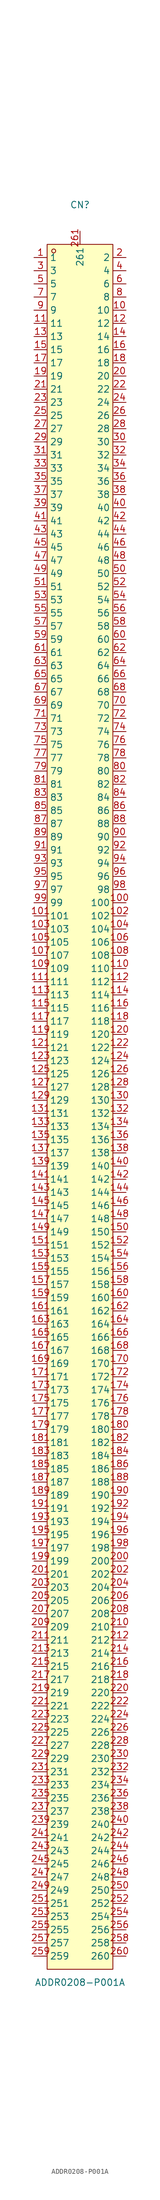
<source format=kicad_sym>
(kicad_symbol_lib
  (version 20231120)
  (generator "kicad_symbol_editor")
  (generator_version "8.0")
  (symbol "ADDR0208-P001A"
    (property "Reference" "CN"
      (at 0 173.99 0)
      (effects (font (size 1.27 1.27))))
    (property "Value" "ADDR0208-P001A"
      (at 0 -168.91 0)
      (effects (font (size 1.27 1.27))))
    (symbol "ADDR0208-P001A_0_1"
      (rectangle (start -6.35 166.37) (end 6.35 -166.37) (stroke (width 0) (type default)) (fill (type background)))
      (circle (center -5.08 165.1) (radius 0.38) (stroke (width 0) (type default)) (fill (type none)))
      (pin unspecified line (at -8.89 163.83 0) (length 2.54) (name "1" (effects (font (size 1.27 1.27)))) (number "1" (effects (font (size 1.27 1.27)))))
      (pin unspecified line (at 8.89 153.67 180) (length 2.54) (name "10" (effects (font (size 1.27 1.27)))) (number "10" (effects (font (size 1.27 1.27)))))
      (pin unspecified line (at 8.89 39.37 180) (length 2.54) (name "100" (effects (font (size 1.27 1.27)))) (number "100" (effects (font (size 1.27 1.27)))))
      (pin unspecified line (at -8.89 36.83 0) (length 2.54) (name "101" (effects (font (size 1.27 1.27)))) (number "101" (effects (font (size 1.27 1.27)))))
      (pin unspecified line (at 8.89 36.83 180) (length 2.54) (name "102" (effects (font (size 1.27 1.27)))) (number "102" (effects (font (size 1.27 1.27)))))
      (pin unspecified line (at -8.89 34.29 0) (length 2.54) (name "103" (effects (font (size 1.27 1.27)))) (number "103" (effects (font (size 1.27 1.27)))))
      (pin unspecified line (at 8.89 34.29 180) (length 2.54) (name "104" (effects (font (size 1.27 1.27)))) (number "104" (effects (font (size 1.27 1.27)))))
      (pin unspecified line (at -8.89 31.75 0) (length 2.54) (name "105" (effects (font (size 1.27 1.27)))) (number "105" (effects (font (size 1.27 1.27)))))
      (pin unspecified line (at 8.89 31.75 180) (length 2.54) (name "106" (effects (font (size 1.27 1.27)))) (number "106" (effects (font (size 1.27 1.27)))))
      (pin unspecified line (at -8.89 29.21 0) (length 2.54) (name "107" (effects (font (size 1.27 1.27)))) (number "107" (effects (font (size 1.27 1.27)))))
      (pin unspecified line (at 8.89 29.21 180) (length 2.54) (name "108" (effects (font (size 1.27 1.27)))) (number "108" (effects (font (size 1.27 1.27)))))
      (pin unspecified line (at -8.89 26.67 0) (length 2.54) (name "109" (effects (font (size 1.27 1.27)))) (number "109" (effects (font (size 1.27 1.27)))))
      (pin unspecified line (at -8.89 151.13 0) (length 2.54) (name "11" (effects (font (size 1.27 1.27)))) (number "11" (effects (font (size 1.27 1.27)))))
      (pin unspecified line (at 8.89 26.67 180) (length 2.54) (name "110" (effects (font (size 1.27 1.27)))) (number "110" (effects (font (size 1.27 1.27)))))
      (pin unspecified line (at -8.89 24.13 0) (length 2.54) (name "111" (effects (font (size 1.27 1.27)))) (number "111" (effects (font (size 1.27 1.27)))))
      (pin unspecified line (at 8.89 24.13 180) (length 2.54) (name "112" (effects (font (size 1.27 1.27)))) (number "112" (effects (font (size 1.27 1.27)))))
      (pin unspecified line (at -8.89 21.59 0) (length 2.54) (name "113" (effects (font (size 1.27 1.27)))) (number "113" (effects (font (size 1.27 1.27)))))
      (pin unspecified line (at 8.89 21.59 180) (length 2.54) (name "114" (effects (font (size 1.27 1.27)))) (number "114" (effects (font (size 1.27 1.27)))))
      (pin unspecified line (at -8.89 19.05 0) (length 2.54) (name "115" (effects (font (size 1.27 1.27)))) (number "115" (effects (font (size 1.27 1.27)))))
      (pin unspecified line (at 8.89 19.05 180) (length 2.54) (name "116" (effects (font (size 1.27 1.27)))) (number "116" (effects (font (size 1.27 1.27)))))
      (pin unspecified line (at -8.89 16.51 0) (length 2.54) (name "117" (effects (font (size 1.27 1.27)))) (number "117" (effects (font (size 1.27 1.27)))))
      (pin unspecified line (at 8.89 16.51 180) (length 2.54) (name "118" (effects (font (size 1.27 1.27)))) (number "118" (effects (font (size 1.27 1.27)))))
      (pin unspecified line (at -8.89 13.97 0) (length 2.54) (name "119" (effects (font (size 1.27 1.27)))) (number "119" (effects (font (size 1.27 1.27)))))
      (pin unspecified line (at 8.89 151.13 180) (length 2.54) (name "12" (effects (font (size 1.27 1.27)))) (number "12" (effects (font (size 1.27 1.27)))))
      (pin unspecified line (at 8.89 13.97 180) (length 2.54) (name "120" (effects (font (size 1.27 1.27)))) (number "120" (effects (font (size 1.27 1.27)))))
      (pin unspecified line (at -8.89 11.43 0) (length 2.54) (name "121" (effects (font (size 1.27 1.27)))) (number "121" (effects (font (size 1.27 1.27)))))
      (pin unspecified line (at 8.89 11.43 180) (length 2.54) (name "122" (effects (font (size 1.27 1.27)))) (number "122" (effects (font (size 1.27 1.27)))))
      (pin unspecified line (at -8.89 8.89 0) (length 2.54) (name "123" (effects (font (size 1.27 1.27)))) (number "123" (effects (font (size 1.27 1.27)))))
      (pin unspecified line (at 8.89 8.89 180) (length 2.54) (name "124" (effects (font (size 1.27 1.27)))) (number "124" (effects (font (size 1.27 1.27)))))
      (pin unspecified line (at -8.89 6.35 0) (length 2.54) (name "125" (effects (font (size 1.27 1.27)))) (number "125" (effects (font (size 1.27 1.27)))))
      (pin unspecified line (at 8.89 6.35 180) (length 2.54) (name "126" (effects (font (size 1.27 1.27)))) (number "126" (effects (font (size 1.27 1.27)))))
      (pin unspecified line (at -8.89 3.81 0) (length 2.54) (name "127" (effects (font (size 1.27 1.27)))) (number "127" (effects (font (size 1.27 1.27)))))
      (pin unspecified line (at 8.89 3.81 180) (length 2.54) (name "128" (effects (font (size 1.27 1.27)))) (number "128" (effects (font (size 1.27 1.27)))))
      (pin unspecified line (at -8.89 1.27 0) (length 2.54) (name "129" (effects (font (size 1.27 1.27)))) (number "129" (effects (font (size 1.27 1.27)))))
      (pin unspecified line (at -8.89 148.59 0) (length 2.54) (name "13" (effects (font (size 1.27 1.27)))) (number "13" (effects (font (size 1.27 1.27)))))
      (pin unspecified line (at 8.89 1.27 180) (length 2.54) (name "130" (effects (font (size 1.27 1.27)))) (number "130" (effects (font (size 1.27 1.27)))))
      (pin unspecified line (at -8.89 -1.27 0) (length 2.54) (name "131" (effects (font (size 1.27 1.27)))) (number "131" (effects (font (size 1.27 1.27)))))
      (pin unspecified line (at 8.89 -1.27 180) (length 2.54) (name "132" (effects (font (size 1.27 1.27)))) (number "132" (effects (font (size 1.27 1.27)))))
      (pin unspecified line (at -8.89 -3.81 0) (length 2.54) (name "133" (effects (font (size 1.27 1.27)))) (number "133" (effects (font (size 1.27 1.27)))))
      (pin unspecified line (at 8.89 -3.81 180) (length 2.54) (name "134" (effects (font (size 1.27 1.27)))) (number "134" (effects (font (size 1.27 1.27)))))
      (pin unspecified line (at -8.89 -6.35 0) (length 2.54) (name "135" (effects (font (size 1.27 1.27)))) (number "135" (effects (font (size 1.27 1.27)))))
      (pin unspecified line (at 8.89 -6.35 180) (length 2.54) (name "136" (effects (font (size 1.27 1.27)))) (number "136" (effects (font (size 1.27 1.27)))))
      (pin unspecified line (at -8.89 -8.89 0) (length 2.54) (name "137" (effects (font (size 1.27 1.27)))) (number "137" (effects (font (size 1.27 1.27)))))
      (pin unspecified line (at 8.89 -8.89 180) (length 2.54) (name "138" (effects (font (size 1.27 1.27)))) (number "138" (effects (font (size 1.27 1.27)))))
      (pin unspecified line (at -8.89 -11.43 0) (length 2.54) (name "139" (effects (font (size 1.27 1.27)))) (number "139" (effects (font (size 1.27 1.27)))))
      (pin unspecified line (at 8.89 148.59 180) (length 2.54) (name "14" (effects (font (size 1.27 1.27)))) (number "14" (effects (font (size 1.27 1.27)))))
      (pin unspecified line (at 8.89 -11.43 180) (length 2.54) (name "140" (effects (font (size 1.27 1.27)))) (number "140" (effects (font (size 1.27 1.27)))))
      (pin unspecified line (at -8.89 -13.97 0) (length 2.54) (name "141" (effects (font (size 1.27 1.27)))) (number "141" (effects (font (size 1.27 1.27)))))
      (pin unspecified line (at 8.89 -13.97 180) (length 2.54) (name "142" (effects (font (size 1.27 1.27)))) (number "142" (effects (font (size 1.27 1.27)))))
      (pin unspecified line (at -8.89 -16.51 0) (length 2.54) (name "143" (effects (font (size 1.27 1.27)))) (number "143" (effects (font (size 1.27 1.27)))))
      (pin unspecified line (at 8.89 -16.51 180) (length 2.54) (name "144" (effects (font (size 1.27 1.27)))) (number "144" (effects (font (size 1.27 1.27)))))
      (pin unspecified line (at -8.89 -19.05 0) (length 2.54) (name "145" (effects (font (size 1.27 1.27)))) (number "145" (effects (font (size 1.27 1.27)))))
      (pin unspecified line (at 8.89 -19.05 180) (length 2.54) (name "146" (effects (font (size 1.27 1.27)))) (number "146" (effects (font (size 1.27 1.27)))))
      (pin unspecified line (at -8.89 -21.59 0) (length 2.54) (name "147" (effects (font (size 1.27 1.27)))) (number "147" (effects (font (size 1.27 1.27)))))
      (pin unspecified line (at 8.89 -21.59 180) (length 2.54) (name "148" (effects (font (size 1.27 1.27)))) (number "148" (effects (font (size 1.27 1.27)))))
      (pin unspecified line (at -8.89 -24.13 0) (length 2.54) (name "149" (effects (font (size 1.27 1.27)))) (number "149" (effects (font (size 1.27 1.27)))))
      (pin unspecified line (at -8.89 146.05 0) (length 2.54) (name "15" (effects (font (size 1.27 1.27)))) (number "15" (effects (font (size 1.27 1.27)))))
      (pin unspecified line (at 8.89 -24.13 180) (length 2.54) (name "150" (effects (font (size 1.27 1.27)))) (number "150" (effects (font (size 1.27 1.27)))))
      (pin unspecified line (at -8.89 -26.67 0) (length 2.54) (name "151" (effects (font (size 1.27 1.27)))) (number "151" (effects (font (size 1.27 1.27)))))
      (pin unspecified line (at 8.89 -26.67 180) (length 2.54) (name "152" (effects (font (size 1.27 1.27)))) (number "152" (effects (font (size 1.27 1.27)))))
      (pin unspecified line (at -8.89 -29.21 0) (length 2.54) (name "153" (effects (font (size 1.27 1.27)))) (number "153" (effects (font (size 1.27 1.27)))))
      (pin unspecified line (at 8.89 -29.21 180) (length 2.54) (name "154" (effects (font (size 1.27 1.27)))) (number "154" (effects (font (size 1.27 1.27)))))
      (pin unspecified line (at -8.89 -31.75 0) (length 2.54) (name "155" (effects (font (size 1.27 1.27)))) (number "155" (effects (font (size 1.27 1.27)))))
      (pin unspecified line (at 8.89 -31.75 180) (length 2.54) (name "156" (effects (font (size 1.27 1.27)))) (number "156" (effects (font (size 1.27 1.27)))))
      (pin unspecified line (at -8.89 -34.29 0) (length 2.54) (name "157" (effects (font (size 1.27 1.27)))) (number "157" (effects (font (size 1.27 1.27)))))
      (pin unspecified line (at 8.89 -34.29 180) (length 2.54) (name "158" (effects (font (size 1.27 1.27)))) (number "158" (effects (font (size 1.27 1.27)))))
      (pin unspecified line (at -8.89 -36.83 0) (length 2.54) (name "159" (effects (font (size 1.27 1.27)))) (number "159" (effects (font (size 1.27 1.27)))))
      (pin unspecified line (at 8.89 146.05 180) (length 2.54) (name "16" (effects (font (size 1.27 1.27)))) (number "16" (effects (font (size 1.27 1.27)))))
      (pin unspecified line (at 8.89 -36.83 180) (length 2.54) (name "160" (effects (font (size 1.27 1.27)))) (number "160" (effects (font (size 1.27 1.27)))))
      (pin unspecified line (at -8.89 -39.37 0) (length 2.54) (name "161" (effects (font (size 1.27 1.27)))) (number "161" (effects (font (size 1.27 1.27)))))
      (pin unspecified line (at 8.89 -39.37 180) (length 2.54) (name "162" (effects (font (size 1.27 1.27)))) (number "162" (effects (font (size 1.27 1.27)))))
      (pin unspecified line (at -8.89 -41.91 0) (length 2.54) (name "163" (effects (font (size 1.27 1.27)))) (number "163" (effects (font (size 1.27 1.27)))))
      (pin unspecified line (at 8.89 -41.91 180) (length 2.54) (name "164" (effects (font (size 1.27 1.27)))) (number "164" (effects (font (size 1.27 1.27)))))
      (pin unspecified line (at -8.89 -44.45 0) (length 2.54) (name "165" (effects (font (size 1.27 1.27)))) (number "165" (effects (font (size 1.27 1.27)))))
      (pin unspecified line (at 8.89 -44.45 180) (length 2.54) (name "166" (effects (font (size 1.27 1.27)))) (number "166" (effects (font (size 1.27 1.27)))))
      (pin unspecified line (at -8.89 -46.99 0) (length 2.54) (name "167" (effects (font (size 1.27 1.27)))) (number "167" (effects (font (size 1.27 1.27)))))
      (pin unspecified line (at 8.89 -46.99 180) (length 2.54) (name "168" (effects (font (size 1.27 1.27)))) (number "168" (effects (font (size 1.27 1.27)))))
      (pin unspecified line (at -8.89 -49.53 0) (length 2.54) (name "169" (effects (font (size 1.27 1.27)))) (number "169" (effects (font (size 1.27 1.27)))))
      (pin unspecified line (at -8.89 143.51 0) (length 2.54) (name "17" (effects (font (size 1.27 1.27)))) (number "17" (effects (font (size 1.27 1.27)))))
      (pin unspecified line (at 8.89 -49.53 180) (length 2.54) (name "170" (effects (font (size 1.27 1.27)))) (number "170" (effects (font (size 1.27 1.27)))))
      (pin unspecified line (at -8.89 -52.07 0) (length 2.54) (name "171" (effects (font (size 1.27 1.27)))) (number "171" (effects (font (size 1.27 1.27)))))
      (pin unspecified line (at 8.89 -52.07 180) (length 2.54) (name "172" (effects (font (size 1.27 1.27)))) (number "172" (effects (font (size 1.27 1.27)))))
      (pin unspecified line (at -8.89 -54.61 0) (length 2.54) (name "173" (effects (font (size 1.27 1.27)))) (number "173" (effects (font (size 1.27 1.27)))))
      (pin unspecified line (at 8.89 -54.61 180) (length 2.54) (name "174" (effects (font (size 1.27 1.27)))) (number "174" (effects (font (size 1.27 1.27)))))
      (pin unspecified line (at -8.89 -57.15 0) (length 2.54) (name "175" (effects (font (size 1.27 1.27)))) (number "175" (effects (font (size 1.27 1.27)))))
      (pin unspecified line (at 8.89 -57.15 180) (length 2.54) (name "176" (effects (font (size 1.27 1.27)))) (number "176" (effects (font (size 1.27 1.27)))))
      (pin unspecified line (at -8.89 -59.69 0) (length 2.54) (name "177" (effects (font (size 1.27 1.27)))) (number "177" (effects (font (size 1.27 1.27)))))
      (pin unspecified line (at 8.89 -59.69 180) (length 2.54) (name "178" (effects (font (size 1.27 1.27)))) (number "178" (effects (font (size 1.27 1.27)))))
      (pin unspecified line (at -8.89 -62.23 0) (length 2.54) (name "179" (effects (font (size 1.27 1.27)))) (number "179" (effects (font (size 1.27 1.27)))))
      (pin unspecified line (at 8.89 143.51 180) (length 2.54) (name "18" (effects (font (size 1.27 1.27)))) (number "18" (effects (font (size 1.27 1.27)))))
      (pin unspecified line (at 8.89 -62.23 180) (length 2.54) (name "180" (effects (font (size 1.27 1.27)))) (number "180" (effects (font (size 1.27 1.27)))))
      (pin unspecified line (at -8.89 -64.77 0) (length 2.54) (name "181" (effects (font (size 1.27 1.27)))) (number "181" (effects (font (size 1.27 1.27)))))
      (pin unspecified line (at 8.89 -64.77 180) (length 2.54) (name "182" (effects (font (size 1.27 1.27)))) (number "182" (effects (font (size 1.27 1.27)))))
      (pin unspecified line (at -8.89 -67.31 0) (length 2.54) (name "183" (effects (font (size 1.27 1.27)))) (number "183" (effects (font (size 1.27 1.27)))))
      (pin unspecified line (at 8.89 -67.31 180) (length 2.54) (name "184" (effects (font (size 1.27 1.27)))) (number "184" (effects (font (size 1.27 1.27)))))
      (pin unspecified line (at -8.89 -69.85 0) (length 2.54) (name "185" (effects (font (size 1.27 1.27)))) (number "185" (effects (font (size 1.27 1.27)))))
      (pin unspecified line (at 8.89 -69.85 180) (length 2.54) (name "186" (effects (font (size 1.27 1.27)))) (number "186" (effects (font (size 1.27 1.27)))))
      (pin unspecified line (at -8.89 -72.39 0) (length 2.54) (name "187" (effects (font (size 1.27 1.27)))) (number "187" (effects (font (size 1.27 1.27)))))
      (pin unspecified line (at 8.89 -72.39 180) (length 2.54) (name "188" (effects (font (size 1.27 1.27)))) (number "188" (effects (font (size 1.27 1.27)))))
      (pin unspecified line (at -8.89 -74.93 0) (length 2.54) (name "189" (effects (font (size 1.27 1.27)))) (number "189" (effects (font (size 1.27 1.27)))))
      (pin unspecified line (at -8.89 140.97 0) (length 2.54) (name "19" (effects (font (size 1.27 1.27)))) (number "19" (effects (font (size 1.27 1.27)))))
      (pin unspecified line (at 8.89 -74.93 180) (length 2.54) (name "190" (effects (font (size 1.27 1.27)))) (number "190" (effects (font (size 1.27 1.27)))))
      (pin unspecified line (at -8.89 -77.47 0) (length 2.54) (name "191" (effects (font (size 1.27 1.27)))) (number "191" (effects (font (size 1.27 1.27)))))
      (pin unspecified line (at 8.89 -77.47 180) (length 2.54) (name "192" (effects (font (size 1.27 1.27)))) (number "192" (effects (font (size 1.27 1.27)))))
      (pin unspecified line (at -8.89 -80.01 0) (length 2.54) (name "193" (effects (font (size 1.27 1.27)))) (number "193" (effects (font (size 1.27 1.27)))))
      (pin unspecified line (at 8.89 -80.01 180) (length 2.54) (name "194" (effects (font (size 1.27 1.27)))) (number "194" (effects (font (size 1.27 1.27)))))
      (pin unspecified line (at -8.89 -82.55 0) (length 2.54) (name "195" (effects (font (size 1.27 1.27)))) (number "195" (effects (font (size 1.27 1.27)))))
      (pin unspecified line (at 8.89 -82.55 180) (length 2.54) (name "196" (effects (font (size 1.27 1.27)))) (number "196" (effects (font (size 1.27 1.27)))))
      (pin unspecified line (at -8.89 -85.09 0) (length 2.54) (name "197" (effects (font (size 1.27 1.27)))) (number "197" (effects (font (size 1.27 1.27)))))
      (pin unspecified line (at 8.89 -85.09 180) (length 2.54) (name "198" (effects (font (size 1.27 1.27)))) (number "198" (effects (font (size 1.27 1.27)))))
      (pin unspecified line (at -8.89 -87.63 0) (length 2.54) (name "199" (effects (font (size 1.27 1.27)))) (number "199" (effects (font (size 1.27 1.27)))))
      (pin unspecified line (at 8.89 163.83 180) (length 2.54) (name "2" (effects (font (size 1.27 1.27)))) (number "2" (effects (font (size 1.27 1.27)))))
      (pin unspecified line (at 8.89 140.97 180) (length 2.54) (name "20" (effects (font (size 1.27 1.27)))) (number "20" (effects (font (size 1.27 1.27)))))
      (pin unspecified line (at 8.89 -87.63 180) (length 2.54) (name "200" (effects (font (size 1.27 1.27)))) (number "200" (effects (font (size 1.27 1.27)))))
      (pin unspecified line (at -8.89 -90.17 0) (length 2.54) (name "201" (effects (font (size 1.27 1.27)))) (number "201" (effects (font (size 1.27 1.27)))))
      (pin unspecified line (at 8.89 -90.17 180) (length 2.54) (name "202" (effects (font (size 1.27 1.27)))) (number "202" (effects (font (size 1.27 1.27)))))
      (pin unspecified line (at -8.89 -92.71 0) (length 2.54) (name "203" (effects (font (size 1.27 1.27)))) (number "203" (effects (font (size 1.27 1.27)))))
      (pin unspecified line (at 8.89 -92.71 180) (length 2.54) (name "204" (effects (font (size 1.27 1.27)))) (number "204" (effects (font (size 1.27 1.27)))))
      (pin unspecified line (at -8.89 -95.25 0) (length 2.54) (name "205" (effects (font (size 1.27 1.27)))) (number "205" (effects (font (size 1.27 1.27)))))
      (pin unspecified line (at 8.89 -95.25 180) (length 2.54) (name "206" (effects (font (size 1.27 1.27)))) (number "206" (effects (font (size 1.27 1.27)))))
      (pin unspecified line (at -8.89 -97.79 0) (length 2.54) (name "207" (effects (font (size 1.27 1.27)))) (number "207" (effects (font (size 1.27 1.27)))))
      (pin unspecified line (at 8.89 -97.79 180) (length 2.54) (name "208" (effects (font (size 1.27 1.27)))) (number "208" (effects (font (size 1.27 1.27)))))
      (pin unspecified line (at -8.89 -100.33 0) (length 2.54) (name "209" (effects (font (size 1.27 1.27)))) (number "209" (effects (font (size 1.27 1.27)))))
      (pin unspecified line (at -8.89 138.43 0) (length 2.54) (name "21" (effects (font (size 1.27 1.27)))) (number "21" (effects (font (size 1.27 1.27)))))
      (pin unspecified line (at 8.89 -100.33 180) (length 2.54) (name "210" (effects (font (size 1.27 1.27)))) (number "210" (effects (font (size 1.27 1.27)))))
      (pin unspecified line (at -8.89 -102.87 0) (length 2.54) (name "211" (effects (font (size 1.27 1.27)))) (number "211" (effects (font (size 1.27 1.27)))))
      (pin unspecified line (at 8.89 -102.87 180) (length 2.54) (name "212" (effects (font (size 1.27 1.27)))) (number "212" (effects (font (size 1.27 1.27)))))
      (pin unspecified line (at -8.89 -105.41 0) (length 2.54) (name "213" (effects (font (size 1.27 1.27)))) (number "213" (effects (font (size 1.27 1.27)))))
      (pin unspecified line (at 8.89 -105.41 180) (length 2.54) (name "214" (effects (font (size 1.27 1.27)))) (number "214" (effects (font (size 1.27 1.27)))))
      (pin unspecified line (at -8.89 -107.95 0) (length 2.54) (name "215" (effects (font (size 1.27 1.27)))) (number "215" (effects (font (size 1.27 1.27)))))
      (pin unspecified line (at 8.89 -107.95 180) (length 2.54) (name "216" (effects (font (size 1.27 1.27)))) (number "216" (effects (font (size 1.27 1.27)))))
      (pin unspecified line (at -8.89 -110.49 0) (length 2.54) (name "217" (effects (font (size 1.27 1.27)))) (number "217" (effects (font (size 1.27 1.27)))))
      (pin unspecified line (at 8.89 -110.49 180) (length 2.54) (name "218" (effects (font (size 1.27 1.27)))) (number "218" (effects (font (size 1.27 1.27)))))
      (pin unspecified line (at -8.89 -113.03 0) (length 2.54) (name "219" (effects (font (size 1.27 1.27)))) (number "219" (effects (font (size 1.27 1.27)))))
      (pin unspecified line (at 8.89 138.43 180) (length 2.54) (name "22" (effects (font (size 1.27 1.27)))) (number "22" (effects (font (size 1.27 1.27)))))
      (pin unspecified line (at 8.89 -113.03 180) (length 2.54) (name "220" (effects (font (size 1.27 1.27)))) (number "220" (effects (font (size 1.27 1.27)))))
      (pin unspecified line (at -8.89 -115.57 0) (length 2.54) (name "221" (effects (font (size 1.27 1.27)))) (number "221" (effects (font (size 1.27 1.27)))))
      (pin unspecified line (at 8.89 -115.57 180) (length 2.54) (name "222" (effects (font (size 1.27 1.27)))) (number "222" (effects (font (size 1.27 1.27)))))
      (pin unspecified line (at -8.89 -118.11 0) (length 2.54) (name "223" (effects (font (size 1.27 1.27)))) (number "223" (effects (font (size 1.27 1.27)))))
      (pin unspecified line (at 8.89 -118.11 180) (length 2.54) (name "224" (effects (font (size 1.27 1.27)))) (number "224" (effects (font (size 1.27 1.27)))))
      (pin unspecified line (at -8.89 -120.65 0) (length 2.54) (name "225" (effects (font (size 1.27 1.27)))) (number "225" (effects (font (size 1.27 1.27)))))
      (pin unspecified line (at 8.89 -120.65 180) (length 2.54) (name "226" (effects (font (size 1.27 1.27)))) (number "226" (effects (font (size 1.27 1.27)))))
      (pin unspecified line (at -8.89 -123.19 0) (length 2.54) (name "227" (effects (font (size 1.27 1.27)))) (number "227" (effects (font (size 1.27 1.27)))))
      (pin unspecified line (at 8.89 -123.19 180) (length 2.54) (name "228" (effects (font (size 1.27 1.27)))) (number "228" (effects (font (size 1.27 1.27)))))
      (pin unspecified line (at -8.89 -125.73 0) (length 2.54) (name "229" (effects (font (size 1.27 1.27)))) (number "229" (effects (font (size 1.27 1.27)))))
      (pin unspecified line (at -8.89 135.89 0) (length 2.54) (name "23" (effects (font (size 1.27 1.27)))) (number "23" (effects (font (size 1.27 1.27)))))
      (pin unspecified line (at 8.89 -125.73 180) (length 2.54) (name "230" (effects (font (size 1.27 1.27)))) (number "230" (effects (font (size 1.27 1.27)))))
      (pin unspecified line (at -8.89 -128.27 0) (length 2.54) (name "231" (effects (font (size 1.27 1.27)))) (number "231" (effects (font (size 1.27 1.27)))))
      (pin unspecified line (at 8.89 -128.27 180) (length 2.54) (name "232" (effects (font (size 1.27 1.27)))) (number "232" (effects (font (size 1.27 1.27)))))
      (pin unspecified line (at -8.89 -130.81 0) (length 2.54) (name "233" (effects (font (size 1.27 1.27)))) (number "233" (effects (font (size 1.27 1.27)))))
      (pin unspecified line (at 8.89 -130.81 180) (length 2.54) (name "234" (effects (font (size 1.27 1.27)))) (number "234" (effects (font (size 1.27 1.27)))))
      (pin unspecified line (at -8.89 -133.35 0) (length 2.54) (name "235" (effects (font (size 1.27 1.27)))) (number "235" (effects (font (size 1.27 1.27)))))
      (pin unspecified line (at 8.89 -133.35 180) (length 2.54) (name "236" (effects (font (size 1.27 1.27)))) (number "236" (effects (font (size 1.27 1.27)))))
      (pin unspecified line (at -8.89 -135.89 0) (length 2.54) (name "237" (effects (font (size 1.27 1.27)))) (number "237" (effects (font (size 1.27 1.27)))))
      (pin unspecified line (at 8.89 -135.89 180) (length 2.54) (name "238" (effects (font (size 1.27 1.27)))) (number "238" (effects (font (size 1.27 1.27)))))
      (pin unspecified line (at -8.89 -138.43 0) (length 2.54) (name "239" (effects (font (size 1.27 1.27)))) (number "239" (effects (font (size 1.27 1.27)))))
      (pin unspecified line (at 8.89 135.89 180) (length 2.54) (name "24" (effects (font (size 1.27 1.27)))) (number "24" (effects (font (size 1.27 1.27)))))
      (pin unspecified line (at 8.89 -138.43 180) (length 2.54) (name "240" (effects (font (size 1.27 1.27)))) (number "240" (effects (font (size 1.27 1.27)))))
      (pin unspecified line (at -8.89 -140.97 0) (length 2.54) (name "241" (effects (font (size 1.27 1.27)))) (number "241" (effects (font (size 1.27 1.27)))))
      (pin unspecified line (at 8.89 -140.97 180) (length 2.54) (name "242" (effects (font (size 1.27 1.27)))) (number "242" (effects (font (size 1.27 1.27)))))
      (pin unspecified line (at -8.89 -143.51 0) (length 2.54) (name "243" (effects (font (size 1.27 1.27)))) (number "243" (effects (font (size 1.27 1.27)))))
      (pin unspecified line (at 8.89 -143.51 180) (length 2.54) (name "244" (effects (font (size 1.27 1.27)))) (number "244" (effects (font (size 1.27 1.27)))))
      (pin unspecified line (at -8.89 -146.05 0) (length 2.54) (name "245" (effects (font (size 1.27 1.27)))) (number "245" (effects (font (size 1.27 1.27)))))
      (pin unspecified line (at 8.89 -146.05 180) (length 2.54) (name "246" (effects (font (size 1.27 1.27)))) (number "246" (effects (font (size 1.27 1.27)))))
      (pin unspecified line (at -8.89 -148.59 0) (length 2.54) (name "247" (effects (font (size 1.27 1.27)))) (number "247" (effects (font (size 1.27 1.27)))))
      (pin unspecified line (at 8.89 -148.59 180) (length 2.54) (name "248" (effects (font (size 1.27 1.27)))) (number "248" (effects (font (size 1.27 1.27)))))
      (pin unspecified line (at -8.89 -151.13 0) (length 2.54) (name "249" (effects (font (size 1.27 1.27)))) (number "249" (effects (font (size 1.27 1.27)))))
      (pin unspecified line (at -8.89 133.35 0) (length 2.54) (name "25" (effects (font (size 1.27 1.27)))) (number "25" (effects (font (size 1.27 1.27)))))
      (pin unspecified line (at 8.89 -151.13 180) (length 2.54) (name "250" (effects (font (size 1.27 1.27)))) (number "250" (effects (font (size 1.27 1.27)))))
      (pin unspecified line (at -8.89 -153.67 0) (length 2.54) (name "251" (effects (font (size 1.27 1.27)))) (number "251" (effects (font (size 1.27 1.27)))))
      (pin unspecified line (at 8.89 -153.67 180) (length 2.54) (name "252" (effects (font (size 1.27 1.27)))) (number "252" (effects (font (size 1.27 1.27)))))
      (pin unspecified line (at -8.89 -156.21 0) (length 2.54) (name "253" (effects (font (size 1.27 1.27)))) (number "253" (effects (font (size 1.27 1.27)))))
      (pin unspecified line (at 8.89 -156.21 180) (length 2.54) (name "254" (effects (font (size 1.27 1.27)))) (number "254" (effects (font (size 1.27 1.27)))))
      (pin unspecified line (at -8.89 -158.75 0) (length 2.54) (name "255" (effects (font (size 1.27 1.27)))) (number "255" (effects (font (size 1.27 1.27)))))
      (pin unspecified line (at 8.89 -158.75 180) (length 2.54) (name "256" (effects (font (size 1.27 1.27)))) (number "256" (effects (font (size 1.27 1.27)))))
      (pin unspecified line (at -8.89 -161.29 0) (length 2.54) (name "257" (effects (font (size 1.27 1.27)))) (number "257" (effects (font (size 1.27 1.27)))))
      (pin unspecified line (at 8.89 -161.29 180) (length 2.54) (name "258" (effects (font (size 1.27 1.27)))) (number "258" (effects (font (size 1.27 1.27)))))
      (pin unspecified line (at -8.89 -163.83 0) (length 2.54) (name "259" (effects (font (size 1.27 1.27)))) (number "259" (effects (font (size 1.27 1.27)))))
      (pin unspecified line (at 8.89 133.35 180) (length 2.54) (name "26" (effects (font (size 1.27 1.27)))) (number "26" (effects (font (size 1.27 1.27)))))
      (pin unspecified line (at 8.89 -163.83 180) (length 2.54) (name "260" (effects (font (size 1.27 1.27)))) (number "260" (effects (font (size 1.27 1.27)))))
      (pin unspecified line (at 0 168.91 270) (length 2.54) (name "261" (effects (font (size 1.27 1.27)))) (number "261" (effects (font (size 1.27 1.27)))))
      (pin unspecified line (at -8.89 130.81 0) (length 2.54) (name "27" (effects (font (size 1.27 1.27)))) (number "27" (effects (font (size 1.27 1.27)))))
      (pin unspecified line (at 8.89 130.81 180) (length 2.54) (name "28" (effects (font (size 1.27 1.27)))) (number "28" (effects (font (size 1.27 1.27)))))
      (pin unspecified line (at -8.89 128.27 0) (length 2.54) (name "29" (effects (font (size 1.27 1.27)))) (number "29" (effects (font (size 1.27 1.27)))))
      (pin unspecified line (at -8.89 161.29 0) (length 2.54) (name "3" (effects (font (size 1.27 1.27)))) (number "3" (effects (font (size 1.27 1.27)))))
      (pin unspecified line (at 8.89 128.27 180) (length 2.54) (name "30" (effects (font (size 1.27 1.27)))) (number "30" (effects (font (size 1.27 1.27)))))
      (pin unspecified line (at -8.89 125.73 0) (length 2.54) (name "31" (effects (font (size 1.27 1.27)))) (number "31" (effects (font (size 1.27 1.27)))))
      (pin unspecified line (at 8.89 125.73 180) (length 2.54) (name "32" (effects (font (size 1.27 1.27)))) (number "32" (effects (font (size 1.27 1.27)))))
      (pin unspecified line (at -8.89 123.19 0) (length 2.54) (name "33" (effects (font (size 1.27 1.27)))) (number "33" (effects (font (size 1.27 1.27)))))
      (pin unspecified line (at 8.89 123.19 180) (length 2.54) (name "34" (effects (font (size 1.27 1.27)))) (number "34" (effects (font (size 1.27 1.27)))))
      (pin unspecified line (at -8.89 120.65 0) (length 2.54) (name "35" (effects (font (size 1.27 1.27)))) (number "35" (effects (font (size 1.27 1.27)))))
      (pin unspecified line (at 8.89 120.65 180) (length 2.54) (name "36" (effects (font (size 1.27 1.27)))) (number "36" (effects (font (size 1.27 1.27)))))
      (pin unspecified line (at -8.89 118.11 0) (length 2.54) (name "37" (effects (font (size 1.27 1.27)))) (number "37" (effects (font (size 1.27 1.27)))))
      (pin unspecified line (at 8.89 118.11 180) (length 2.54) (name "38" (effects (font (size 1.27 1.27)))) (number "38" (effects (font (size 1.27 1.27)))))
      (pin unspecified line (at -8.89 115.57 0) (length 2.54) (name "39" (effects (font (size 1.27 1.27)))) (number "39" (effects (font (size 1.27 1.27)))))
      (pin unspecified line (at 8.89 161.29 180) (length 2.54) (name "4" (effects (font (size 1.27 1.27)))) (number "4" (effects (font (size 1.27 1.27)))))
      (pin unspecified line (at 8.89 115.57 180) (length 2.54) (name "40" (effects (font (size 1.27 1.27)))) (number "40" (effects (font (size 1.27 1.27)))))
      (pin unspecified line (at -8.89 113.03 0) (length 2.54) (name "41" (effects (font (size 1.27 1.27)))) (number "41" (effects (font (size 1.27 1.27)))))
      (pin unspecified line (at 8.89 113.03 180) (length 2.54) (name "42" (effects (font (size 1.27 1.27)))) (number "42" (effects (font (size 1.27 1.27)))))
      (pin unspecified line (at -8.89 110.49 0) (length 2.54) (name "43" (effects (font (size 1.27 1.27)))) (number "43" (effects (font (size 1.27 1.27)))))
      (pin unspecified line (at 8.89 110.49 180) (length 2.54) (name "44" (effects (font (size 1.27 1.27)))) (number "44" (effects (font (size 1.27 1.27)))))
      (pin unspecified line (at -8.89 107.95 0) (length 2.54) (name "45" (effects (font (size 1.27 1.27)))) (number "45" (effects (font (size 1.27 1.27)))))
      (pin unspecified line (at 8.89 107.95 180) (length 2.54) (name "46" (effects (font (size 1.27 1.27)))) (number "46" (effects (font (size 1.27 1.27)))))
      (pin unspecified line (at -8.89 105.41 0) (length 2.54) (name "47" (effects (font (size 1.27 1.27)))) (number "47" (effects (font (size 1.27 1.27)))))
      (pin unspecified line (at 8.89 105.41 180) (length 2.54) (name "48" (effects (font (size 1.27 1.27)))) (number "48" (effects (font (size 1.27 1.27)))))
      (pin unspecified line (at -8.89 102.87 0) (length 2.54) (name "49" (effects (font (size 1.27 1.27)))) (number "49" (effects (font (size 1.27 1.27)))))
      (pin unspecified line (at -8.89 158.75 0) (length 2.54) (name "5" (effects (font (size 1.27 1.27)))) (number "5" (effects (font (size 1.27 1.27)))))
      (pin unspecified line (at 8.89 102.87 180) (length 2.54) (name "50" (effects (font (size 1.27 1.27)))) (number "50" (effects (font (size 1.27 1.27)))))
      (pin unspecified line (at -8.89 100.33 0) (length 2.54) (name "51" (effects (font (size 1.27 1.27)))) (number "51" (effects (font (size 1.27 1.27)))))
      (pin unspecified line (at 8.89 100.33 180) (length 2.54) (name "52" (effects (font (size 1.27 1.27)))) (number "52" (effects (font (size 1.27 1.27)))))
      (pin unspecified line (at -8.89 97.79 0) (length 2.54) (name "53" (effects (font (size 1.27 1.27)))) (number "53" (effects (font (size 1.27 1.27)))))
      (pin unspecified line (at 8.89 97.79 180) (length 2.54) (name "54" (effects (font (size 1.27 1.27)))) (number "54" (effects (font (size 1.27 1.27)))))
      (pin unspecified line (at -8.89 95.25 0) (length 2.54) (name "55" (effects (font (size 1.27 1.27)))) (number "55" (effects (font (size 1.27 1.27)))))
      (pin unspecified line (at 8.89 95.25 180) (length 2.54) (name "56" (effects (font (size 1.27 1.27)))) (number "56" (effects (font (size 1.27 1.27)))))
      (pin unspecified line (at -8.89 92.71 0) (length 2.54) (name "57" (effects (font (size 1.27 1.27)))) (number "57" (effects (font (size 1.27 1.27)))))
      (pin unspecified line (at 8.89 92.71 180) (length 2.54) (name "58" (effects (font (size 1.27 1.27)))) (number "58" (effects (font (size 1.27 1.27)))))
      (pin unspecified line (at -8.89 90.17 0) (length 2.54) (name "59" (effects (font (size 1.27 1.27)))) (number "59" (effects (font (size 1.27 1.27)))))
      (pin unspecified line (at 8.89 158.75 180) (length 2.54) (name "6" (effects (font (size 1.27 1.27)))) (number "6" (effects (font (size 1.27 1.27)))))
      (pin unspecified line (at 8.89 90.17 180) (length 2.54) (name "60" (effects (font (size 1.27 1.27)))) (number "60" (effects (font (size 1.27 1.27)))))
      (pin unspecified line (at -8.89 87.63 0) (length 2.54) (name "61" (effects (font (size 1.27 1.27)))) (number "61" (effects (font (size 1.27 1.27)))))
      (pin unspecified line (at 8.89 87.63 180) (length 2.54) (name "62" (effects (font (size 1.27 1.27)))) (number "62" (effects (font (size 1.27 1.27)))))
      (pin unspecified line (at -8.89 85.09 0) (length 2.54) (name "63" (effects (font (size 1.27 1.27)))) (number "63" (effects (font (size 1.27 1.27)))))
      (pin unspecified line (at 8.89 85.09 180) (length 2.54) (name "64" (effects (font (size 1.27 1.27)))) (number "64" (effects (font (size 1.27 1.27)))))
      (pin unspecified line (at -8.89 82.55 0) (length 2.54) (name "65" (effects (font (size 1.27 1.27)))) (number "65" (effects (font (size 1.27 1.27)))))
      (pin unspecified line (at 8.89 82.55 180) (length 2.54) (name "66" (effects (font (size 1.27 1.27)))) (number "66" (effects (font (size 1.27 1.27)))))
      (pin unspecified line (at -8.89 80.01 0) (length 2.54) (name "67" (effects (font (size 1.27 1.27)))) (number "67" (effects (font (size 1.27 1.27)))))
      (pin unspecified line (at 8.89 80.01 180) (length 2.54) (name "68" (effects (font (size 1.27 1.27)))) (number "68" (effects (font (size 1.27 1.27)))))
      (pin unspecified line (at -8.89 77.47 0) (length 2.54) (name "69" (effects (font (size 1.27 1.27)))) (number "69" (effects (font (size 1.27 1.27)))))
      (pin unspecified line (at -8.89 156.21 0) (length 2.54) (name "7" (effects (font (size 1.27 1.27)))) (number "7" (effects (font (size 1.27 1.27)))))
      (pin unspecified line (at 8.89 77.47 180) (length 2.54) (name "70" (effects (font (size 1.27 1.27)))) (number "70" (effects (font (size 1.27 1.27)))))
      (pin unspecified line (at -8.89 74.93 0) (length 2.54) (name "71" (effects (font (size 1.27 1.27)))) (number "71" (effects (font (size 1.27 1.27)))))
      (pin unspecified line (at 8.89 74.93 180) (length 2.54) (name "72" (effects (font (size 1.27 1.27)))) (number "72" (effects (font (size 1.27 1.27)))))
      (pin unspecified line (at -8.89 72.39 0) (length 2.54) (name "73" (effects (font (size 1.27 1.27)))) (number "73" (effects (font (size 1.27 1.27)))))
      (pin unspecified line (at 8.89 72.39 180) (length 2.54) (name "74" (effects (font (size 1.27 1.27)))) (number "74" (effects (font (size 1.27 1.27)))))
      (pin unspecified line (at -8.89 69.85 0) (length 2.54) (name "75" (effects (font (size 1.27 1.27)))) (number "75" (effects (font (size 1.27 1.27)))))
      (pin unspecified line (at 8.89 69.85 180) (length 2.54) (name "76" (effects (font (size 1.27 1.27)))) (number "76" (effects (font (size 1.27 1.27)))))
      (pin unspecified line (at -8.89 67.31 0) (length 2.54) (name "77" (effects (font (size 1.27 1.27)))) (number "77" (effects (font (size 1.27 1.27)))))
      (pin unspecified line (at 8.89 67.31 180) (length 2.54) (name "78" (effects (font (size 1.27 1.27)))) (number "78" (effects (font (size 1.27 1.27)))))
      (pin unspecified line (at -8.89 64.77 0) (length 2.54) (name "79" (effects (font (size 1.27 1.27)))) (number "79" (effects (font (size 1.27 1.27)))))
      (pin unspecified line (at 8.89 156.21 180) (length 2.54) (name "8" (effects (font (size 1.27 1.27)))) (number "8" (effects (font (size 1.27 1.27)))))
      (pin unspecified line (at 8.89 64.77 180) (length 2.54) (name "80" (effects (font (size 1.27 1.27)))) (number "80" (effects (font (size 1.27 1.27)))))
      (pin unspecified line (at -8.89 62.23 0) (length 2.54) (name "81" (effects (font (size 1.27 1.27)))) (number "81" (effects (font (size 1.27 1.27)))))
      (pin unspecified line (at 8.89 62.23 180) (length 2.54) (name "82" (effects (font (size 1.27 1.27)))) (number "82" (effects (font (size 1.27 1.27)))))
      (pin unspecified line (at -8.89 59.69 0) (length 2.54) (name "83" (effects (font (size 1.27 1.27)))) (number "83" (effects (font (size 1.27 1.27)))))
      (pin unspecified line (at 8.89 59.69 180) (length 2.54) (name "84" (effects (font (size 1.27 1.27)))) (number "84" (effects (font (size 1.27 1.27)))))
      (pin unspecified line (at -8.89 57.15 0) (length 2.54) (name "85" (effects (font (size 1.27 1.27)))) (number "85" (effects (font (size 1.27 1.27)))))
      (pin unspecified line (at 8.89 57.15 180) (length 2.54) (name "86" (effects (font (size 1.27 1.27)))) (number "86" (effects (font (size 1.27 1.27)))))
      (pin unspecified line (at -8.89 54.61 0) (length 2.54) (name "87" (effects (font (size 1.27 1.27)))) (number "87" (effects (font (size 1.27 1.27)))))
      (pin unspecified line (at 8.89 54.61 180) (length 2.54) (name "88" (effects (font (size 1.27 1.27)))) (number "88" (effects (font (size 1.27 1.27)))))
      (pin unspecified line (at -8.89 52.07 0) (length 2.54) (name "89" (effects (font (size 1.27 1.27)))) (number "89" (effects (font (size 1.27 1.27)))))
      (pin unspecified line (at -8.89 153.67 0) (length 2.54) (name "9" (effects (font (size 1.27 1.27)))) (number "9" (effects (font (size 1.27 1.27)))))
      (pin unspecified line (at 8.89 52.07 180) (length 2.54) (name "90" (effects (font (size 1.27 1.27)))) (number "90" (effects (font (size 1.27 1.27)))))
      (pin unspecified line (at -8.89 49.53 0) (length 2.54) (name "91" (effects (font (size 1.27 1.27)))) (number "91" (effects (font (size 1.27 1.27)))))
      (pin unspecified line (at 8.89 49.53 180) (length 2.54) (name "92" (effects (font (size 1.27 1.27)))) (number "92" (effects (font (size 1.27 1.27)))))
      (pin unspecified line (at -8.89 46.99 0) (length 2.54) (name "93" (effects (font (size 1.27 1.27)))) (number "93" (effects (font (size 1.27 1.27)))))
      (pin unspecified line (at 8.89 46.99 180) (length 2.54) (name "94" (effects (font (size 1.27 1.27)))) (number "94" (effects (font (size 1.27 1.27)))))
      (pin unspecified line (at -8.89 44.45 0) (length 2.54) (name "95" (effects (font (size 1.27 1.27)))) (number "95" (effects (font (size 1.27 1.27)))))
      (pin unspecified line (at 8.89 44.45 180) (length 2.54) (name "96" (effects (font (size 1.27 1.27)))) (number "96" (effects (font (size 1.27 1.27)))))
      (pin unspecified line (at -8.89 41.91 0) (length 2.54) (name "97" (effects (font (size 1.27 1.27)))) (number "97" (effects (font (size 1.27 1.27)))))
      (pin unspecified line (at 8.89 41.91 180) (length 2.54) (name "98" (effects (font (size 1.27 1.27)))) (number "98" (effects (font (size 1.27 1.27)))))
      (pin unspecified line (at -8.89 39.37 0) (length 2.54) (name "99" (effects (font (size 1.27 1.27)))) (number "99" (effects (font (size 1.27 1.27))))))))
</source>
